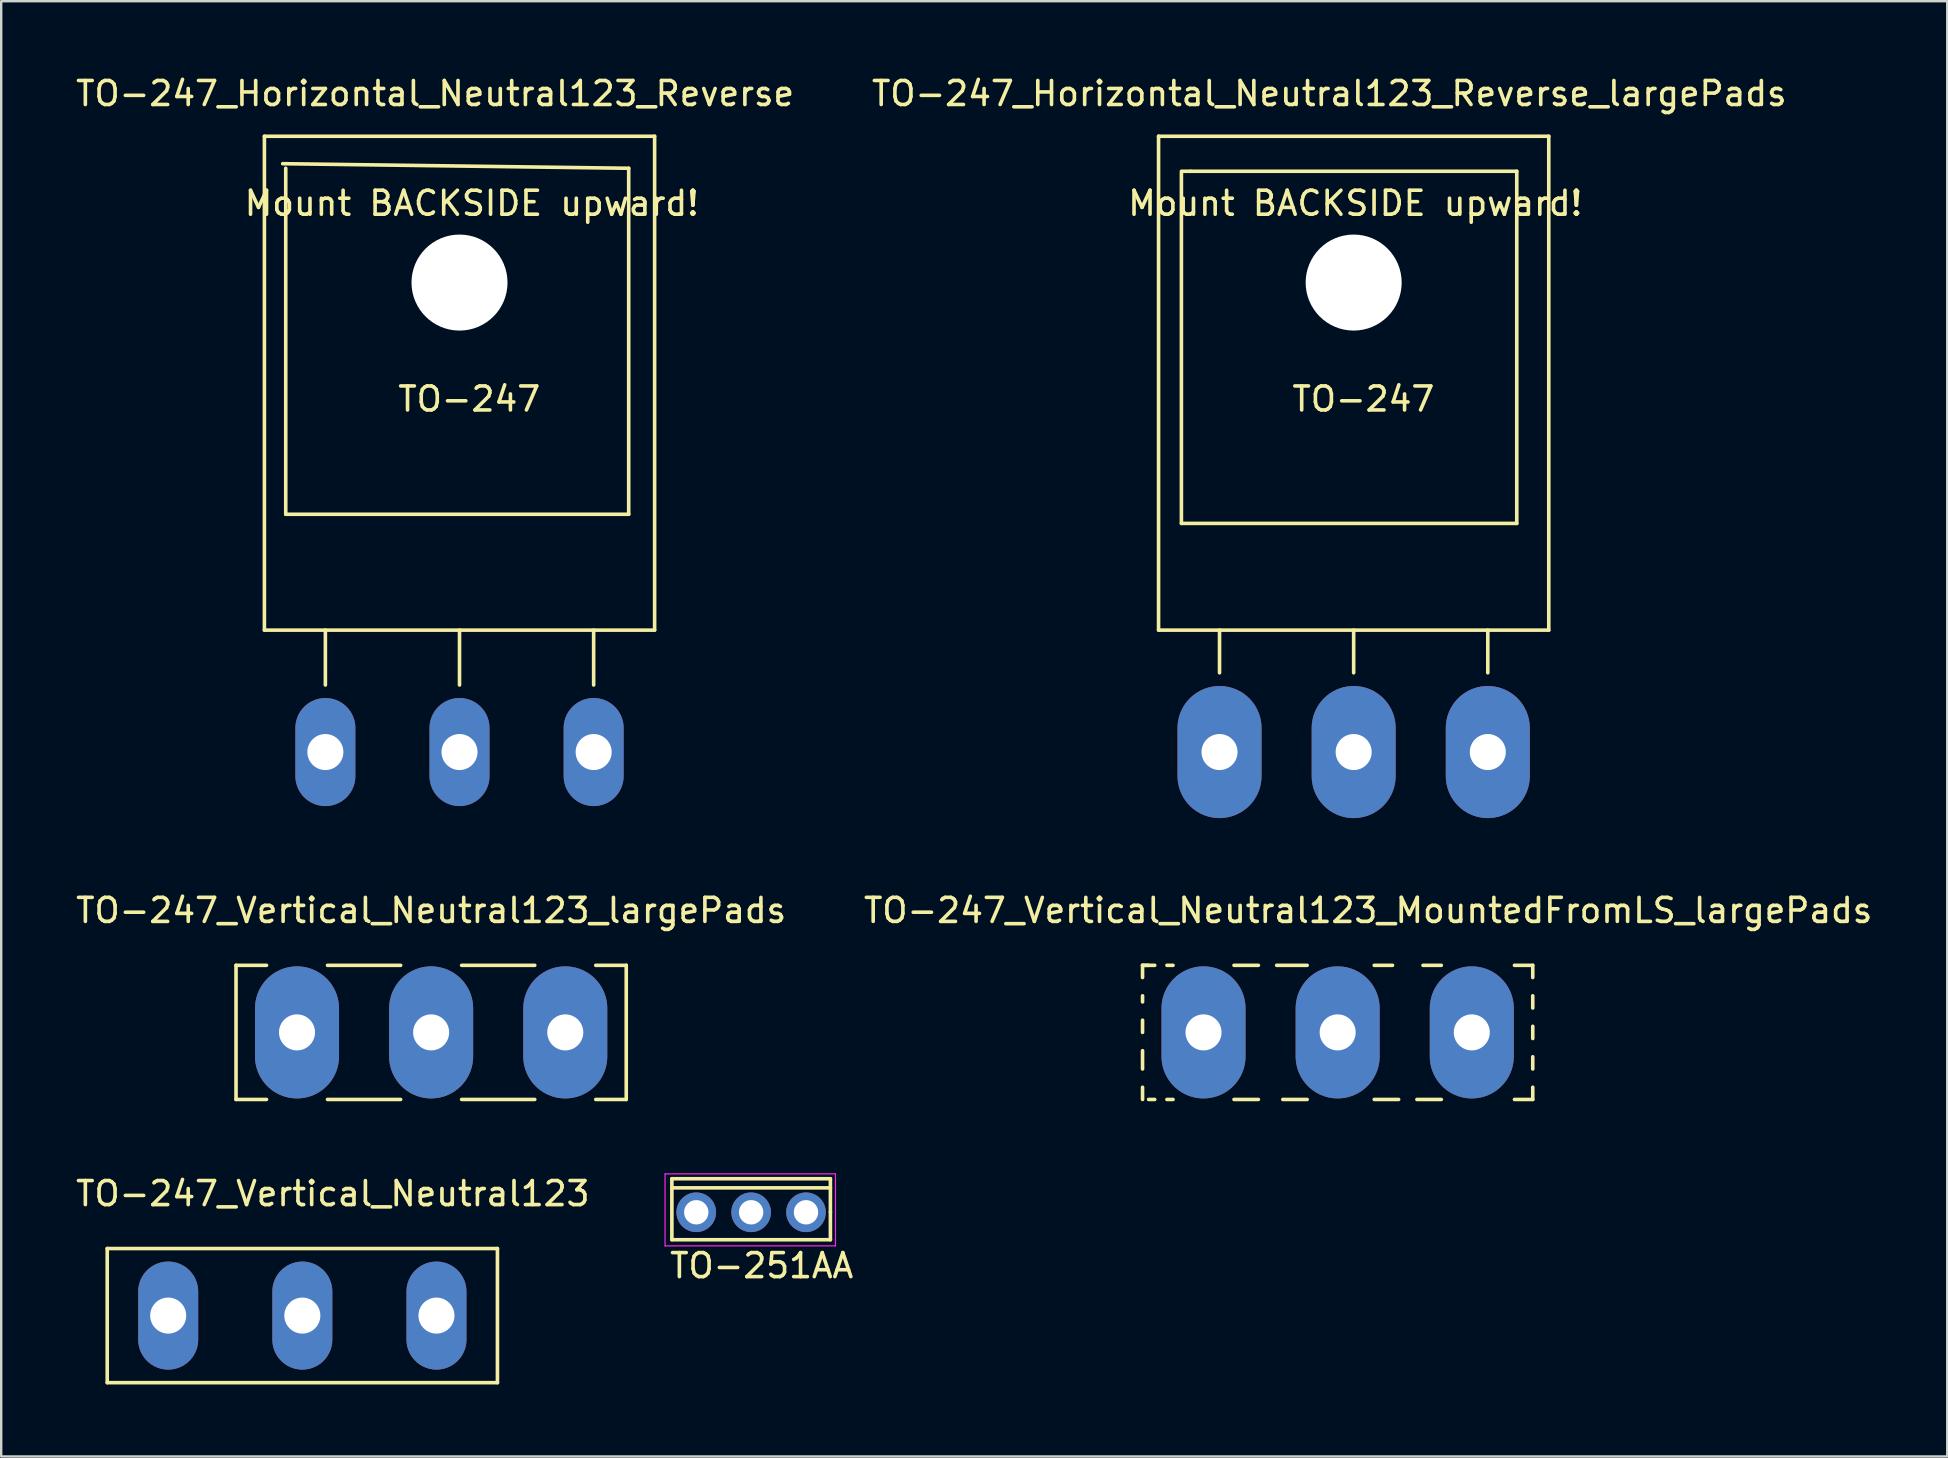
<source format=kicad_pcb>
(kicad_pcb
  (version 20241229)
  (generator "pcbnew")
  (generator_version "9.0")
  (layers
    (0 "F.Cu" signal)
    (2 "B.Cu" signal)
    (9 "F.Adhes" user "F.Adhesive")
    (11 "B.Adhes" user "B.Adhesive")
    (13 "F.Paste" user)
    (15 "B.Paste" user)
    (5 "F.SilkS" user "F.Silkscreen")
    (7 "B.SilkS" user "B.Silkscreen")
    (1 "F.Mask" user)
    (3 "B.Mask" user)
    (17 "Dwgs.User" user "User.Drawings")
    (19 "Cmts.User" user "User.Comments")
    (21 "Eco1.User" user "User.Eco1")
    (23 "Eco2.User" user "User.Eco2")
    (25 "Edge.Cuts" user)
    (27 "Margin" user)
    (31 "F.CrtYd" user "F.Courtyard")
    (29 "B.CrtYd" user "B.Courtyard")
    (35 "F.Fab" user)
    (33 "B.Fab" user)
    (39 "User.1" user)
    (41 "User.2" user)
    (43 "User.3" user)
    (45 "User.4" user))
  (footprint "TO-247_Vertical_Neutral123_MountedFromLS_largePads"
    (layer "F.Cu")
    (at 52.676 39.959)
    (property "Reference" "TO-247_Vertical_Neutral123_MountedFromLS_largePads" (at 1.27 -5.08 0) (layer "F.SilkS") (effects (font (size 1 1) (thickness 0.15))))
    (attr through_hole)
    (fp_line (start -8.128 -2.794) (end -8.128 -2.286) (stroke (width 0.15) (type solid)) (layer "F.SilkS"))
    (fp_line (start -8.128 -2.794) (end -7.874 -2.794) (stroke (width 0.15) (type solid)) (layer "F.SilkS"))
    (fp_line (start -8.128 -1.27) (end -8.128 -1.524) (stroke (width 0.15) (type solid)) (layer "F.SilkS"))
    (fp_line (start -8.128 0) (end -8.128 -0.508) (stroke (width 0.15) (type solid)) (layer "F.SilkS"))
    (fp_line (start -8.128 1.524) (end -8.128 0.762) (stroke (width 0.15) (type solid)) (layer "F.SilkS"))
    (fp_line (start -8.128 2.794) (end -8.128 2.286) (stroke (width 0.15) (type solid)) (layer "F.SilkS"))
    (fp_line (start -7.874 2.794) (end -7.62 2.794) (stroke (width 0.15) (type solid)) (layer "F.SilkS"))
    (fp_line (start -7.62 -2.794) (end -8.128 -2.794) (stroke (width 0.15) (type solid)) (layer "F.SilkS"))
    (fp_line (start -7.112 2.794) (end -6.858 2.794) (stroke (width 0.15) (type solid)) (layer "F.SilkS"))
    (fp_line (start -6.858 -2.794) (end -7.112 -2.794) (stroke (width 0.15) (type solid)) (layer "F.SilkS"))
    (fp_line (start -4.318 -2.794) (end -3.302 -2.794) (stroke (width 0.15) (type solid)) (layer "F.SilkS"))
    (fp_line (start -4.318 2.794) (end -3.302 2.794) (stroke (width 0.15) (type solid)) (layer "F.SilkS"))
    (fp_line (start -2.54 -2.794) (end -1.27 -2.794) (stroke (width 0.15) (type solid)) (layer "F.SilkS"))
    (fp_line (start -2.286 2.794) (end -1.27 2.794) (stroke (width 0.15) (type solid)) (layer "F.SilkS"))
    (fp_line (start 1.524 -2.794) (end 2.286 -2.794) (stroke (width 0.15) (type solid)) (layer "F.SilkS"))
    (fp_line (start 2.54 2.794) (end 1.524 2.794) (stroke (width 0.15) (type solid)) (layer "F.SilkS"))
    (fp_line (start 3.302 2.794) (end 4.318 2.794) (stroke (width 0.15) (type solid)) (layer "F.SilkS"))
    (fp_line (start 3.556 -2.794) (end 4.318 -2.794) (stroke (width 0.15) (type solid)) (layer "F.SilkS"))
    (fp_line (start 7.366 2.794) (end 8.128 2.794) (stroke (width 0.15) (type solid)) (layer "F.SilkS"))
    (fp_line (start 8.128 -2.794) (end 7.366 -2.794) (stroke (width 0.15) (type solid)) (layer "F.SilkS"))
    (fp_line (start 8.128 -2.794) (end 8.128 -2.286) (stroke (width 0.15) (type solid)) (layer "F.SilkS"))
    (fp_line (start 8.128 -1.524) (end 8.128 -1.016) (stroke (width 0.15) (type solid)) (layer "F.SilkS"))
    (fp_line (start 8.128 -0.254) (end 8.128 0.254) (stroke (width 0.15) (type solid)) (layer "F.SilkS"))
    (fp_line (start 8.128 1.016) (end 8.128 1.524) (stroke (width 0.15) (type solid)) (layer "F.SilkS"))
    (fp_line (start 8.128 2.794) (end 8.128 2.286) (stroke (width 0.15) (type solid)) (layer "F.SilkS"))
    (pad "1" thru_hole oval (at 5.588 0 90) (size 5.502 3.5) (drill 1.501) (layers "*.Cu" "*.Mask"))
    (pad "2" thru_hole oval (at 0 0 90) (size 5.502 3.5) (drill 1.501) (layers "*.Cu" "*.Mask"))
    (pad "3" thru_hole oval (at -5.588 0 90) (size 5.502 3.5) (drill 1.501) (layers "*.Cu" "*.Mask")))
  (footprint "TO-247_Horizontal_Neutral123_Reverse"
    (layer "F.Cu")
    (at 16.093 28.28)
    (property "Reference" "TO-247_Horizontal_Neutral123_Reverse" (at -1.016 -27.432 0) (layer "F.SilkS") (effects (font (size 1 1) (thickness 0.15))))
    (attr through_hole)
    (fp_line (start -8.128 -25.654) (end -8.128 -5.08) (stroke (width 0.15) (type solid)) (layer "F.SilkS"))
    (fp_line (start -8.128 -5.08) (end 8.128 -5.08) (stroke (width 0.15) (type solid)) (layer "F.SilkS"))
    (fp_line (start -7.366 -24.511) (end 7.048 -24.32) (stroke (width 0.15) (type solid)) (layer "F.SilkS"))
    (fp_line (start -7.239 -9.906) (end -7.239 -24.32) (stroke (width 0.15) (type solid)) (layer "F.SilkS"))
    (fp_line (start -5.588 -2.794) (end -5.588 -5.08) (stroke (width 0.15) (type solid)) (layer "F.SilkS"))
    (fp_line (start 0 -2.794) (end 0 -5.08) (stroke (width 0.15) (type solid)) (layer "F.SilkS"))
    (fp_line (start 5.588 -2.794) (end 5.588 -5.08) (stroke (width 0.15) (type solid)) (layer "F.SilkS"))
    (fp_line (start 7.048 -24.32) (end 7.048 -9.906) (stroke (width 0.15) (type solid)) (layer "F.SilkS"))
    (fp_line (start 7.048 -9.906) (end -7.239 -9.906) (stroke (width 0.15) (type solid)) (layer "F.SilkS"))
    (fp_line (start 8.128 -25.654) (end -8.128 -25.654) (stroke (width 0.15) (type solid)) (layer "F.SilkS"))
    (fp_line (start 8.128 -25.654) (end 8.128 -5.08) (stroke (width 0.15) (type solid)) (layer "F.SilkS"))
    (fp_circle (center 0 -19.558) (end 1.778 -19.558) (stroke (width 0.15) (type solid)) (fill no) (layer "F.SilkS"))
    (fp_text user "Mount BACKSIDE upward!" (at 0.508 -22.86 0) (layer "F.SilkS") (effects (font (size 1 1) (thickness 0.15))))
    (fp_text user "TO-247" (at 0.406 -14.707 0) (layer "F.SilkS") (effects (font (size 1 1) (thickness 0.15))))
    (pad "" np_thru_hole circle (at 0 -19.558) (size 4 4) (drill 4) (layers "*.Cu" "*.Mask"))
    (pad "1" thru_hole oval (at 5.588 0 90) (size 4.501 2.499) (drill 1.501) (layers "*.Cu" "*.Mask"))
    (pad "2" thru_hole oval (at 0 0 90) (size 4.501 2.499) (drill 1.501) (layers "*.Cu" "*.Mask"))
    (pad "3" thru_hole oval (at -5.588 0 90) (size 4.501 2.499) (drill 1.501) (layers "*.Cu" "*.Mask")))
  (footprint "TO-247_Vertical_Neutral123"
    (layer "F.Cu")
    (at 9.545 51.757)
    (property "Reference" "TO-247_Vertical_Neutral123" (at 1.27 -5.08 0) (layer "F.SilkS") (effects (font (size 1 1) (thickness 0.15))))
    (attr through_hole)
    (fp_line (start -8.128 -2.794) (end -8.128 2.794) (stroke (width 0.15) (type solid)) (layer "F.SilkS"))
    (fp_line (start -8.128 2.794) (end 8.128 2.794) (stroke (width 0.15) (type solid)) (layer "F.SilkS"))
    (fp_line (start 8.128 -2.794) (end -8.128 -2.794) (stroke (width 0.15) (type solid)) (layer "F.SilkS"))
    (fp_line (start 8.128 2.794) (end 8.128 -2.794) (stroke (width 0.15) (type solid)) (layer "F.SilkS"))
    (pad "1" thru_hole oval (at -5.588 0 90) (size 4.501 2.499) (drill 1.501) (layers "*.Cu" "*.Mask"))
    (pad "2" thru_hole oval (at 0 0 90) (size 4.501 2.499) (drill 1.501) (layers "*.Cu" "*.Mask"))
    (pad "3" thru_hole oval (at 5.588 0 90) (size 4.501 2.499) (drill 1.501) (layers "*.Cu" "*.Mask")))
  (footprint "TO-251AA"
    (layer "F.Cu")
    (at 25.956 47.453)
    (property "Reference" "TO-251AA" (at 2.725 2.225 180) (layer "F.SilkS") (effects (font (size 1 1) (thickness 0.15))))
    (attr through_hole)
    (fp_line (start -1.016 -1.397) (end -1.016 1.143) (stroke (width 0.15) (type solid)) (layer "F.SilkS"))
    (fp_line (start -1.016 1.143) (end 5.588 1.143) (stroke (width 0.15) (type solid)) (layer "F.SilkS"))
    (fp_line (start 5.588 -1.397) (end -1.016 -1.397) (stroke (width 0.15) (type solid)) (layer "F.SilkS"))
    (fp_line (start 5.588 -1.016) (end -1.016 -1.016) (stroke (width 0.15) (type solid)) (layer "F.SilkS"))
    (fp_line (start 5.588 0) (end 5.588 -1.397) (stroke (width 0.15) (type solid)) (layer "F.SilkS"))
    (fp_line (start 5.588 1.143) (end 5.588 0) (stroke (width 0.15) (type solid)) (layer "F.SilkS"))
    (fp_line (start -1.3 -1.6) (end -1.3 1.4) (stroke (width 0.05) (type solid)) (layer "F.CrtYd"))
    (fp_line (start -1.3 -1.6) (end 5.8 -1.6) (stroke (width 0.05) (type solid)) (layer "F.CrtYd"))
    (fp_line (start -1.3 1.4) (end 5.8 1.4) (stroke (width 0.05) (type solid)) (layer "F.CrtYd"))
    (fp_line (start 5.8 -1.6) (end 5.8 1.4) (stroke (width 0.05) (type solid)) (layer "F.CrtYd"))
    (pad "1" thru_hole circle (at 0 0 180) (size 1.651 1.651) (drill 1.016) (layers "*.Cu" "*.Mask"))
    (pad "2" thru_hole circle (at 2.286 0 180) (size 1.651 1.651) (drill 1.016) (layers "*.Cu" "*.Mask"))
    (pad "3" thru_hole circle (at 4.572 0 180) (size 1.651 1.651) (drill 1.016) (layers "*.Cu" "*.Mask")))
  (footprint "TO-247_Horizontal_Neutral123_Reverse_largePads"
    (layer "F.Cu")
    (at 53.343 28.28)
    (property "Reference" "TO-247_Horizontal_Neutral123_Reverse_largePads" (at -1.016 -27.432 0) (layer "F.SilkS") (effects (font (size 1 1) (thickness 0.15))))
    (attr through_hole)
    (fp_line (start -8.128 -25.654) (end -8.128 -5.08) (stroke (width 0.15) (type solid)) (layer "F.SilkS"))
    (fp_line (start -8.128 -5.08) (end 8.128 -5.08) (stroke (width 0.15) (type solid)) (layer "F.SilkS"))
    (fp_line (start -7.176 -9.525) (end -7.176 -24.13) (stroke (width 0.15) (type solid)) (layer "F.SilkS"))
    (fp_line (start -6.795 -24.194) (end -7.176 -24.194) (stroke (width 0.15) (type solid)) (layer "F.SilkS"))
    (fp_line (start -6.795 -24.194) (end 6.795 -24.194) (stroke (width 0.15) (type solid)) (layer "F.SilkS"))
    (fp_line (start -5.588 -3.302) (end -5.588 -5.08) (stroke (width 0.15) (type solid)) (layer "F.SilkS"))
    (fp_line (start 0 -5.08) (end 0 -3.302) (stroke (width 0.15) (type solid)) (layer "F.SilkS"))
    (fp_line (start 5.588 -5.08) (end 5.588 -3.302) (stroke (width 0.15) (type solid)) (layer "F.SilkS"))
    (fp_line (start 6.795 -24.194) (end 6.795 -9.525) (stroke (width 0.15) (type solid)) (layer "F.SilkS"))
    (fp_line (start 6.795 -9.525) (end -7.176 -9.525) (stroke (width 0.15) (type solid)) (layer "F.SilkS"))
    (fp_line (start 8.128 -25.654) (end -8.128 -25.654) (stroke (width 0.15) (type solid)) (layer "F.SilkS"))
    (fp_line (start 8.128 -25.654) (end 8.128 -5.08) (stroke (width 0.15) (type solid)) (layer "F.SilkS"))
    (fp_circle (center 0 -19.558) (end 1.778 -19.558) (stroke (width 0.15) (type solid)) (fill no) (layer "F.SilkS"))
    (fp_text user "Mount BACKSIDE upward!" (at 0.064 -22.86 0) (layer "F.SilkS") (effects (font (size 1 1) (thickness 0.15))))
    (fp_text user "TO-247" (at 0.406 -14.707 0) (layer "F.SilkS") (effects (font (size 1 1) (thickness 0.15))))
    (pad "" np_thru_hole circle (at 0 -19.558) (size 4 4) (drill 4) (layers "*.Cu" "*.Mask"))
    (pad "1" thru_hole oval (at 5.588 0 90) (size 5.502 3.5) (drill 1.501) (layers "*.Cu" "*.Mask"))
    (pad "2" thru_hole oval (at 0 0 90) (size 5.502 3.498) (drill 1.501) (layers "*.Cu" "*.Mask"))
    (pad "3" thru_hole oval (at -5.588 0 90) (size 5.502 3.5) (drill 1.501) (layers "*.Cu" "*.Mask")))
  (footprint "TO-247_Vertical_Neutral123_largePads"
    (layer "F.Cu")
    (at 14.911 39.959)
    (property "Reference" "TO-247_Vertical_Neutral123_largePads" (at 0 -5.08 0) (layer "F.SilkS") (effects (font (size 1 1) (thickness 0.15))))
    (attr through_hole)
    (fp_line (start -8.128 -2.794) (end -8.128 2.794) (stroke (width 0.15) (type solid)) (layer "F.SilkS"))
    (fp_line (start -6.858 -2.794) (end -8.128 -2.794) (stroke (width 0.15) (type solid)) (layer "F.SilkS"))
    (fp_line (start -6.858 2.794) (end -8.128 2.794) (stroke (width 0.15) (type solid)) (layer "F.SilkS"))
    (fp_line (start -4.318 -2.794) (end -1.27 -2.794) (stroke (width 0.15) (type solid)) (layer "F.SilkS"))
    (fp_line (start -4.318 2.794) (end -1.27 2.794) (stroke (width 0.15) (type solid)) (layer "F.SilkS"))
    (fp_line (start 1.27 -2.794) (end 4.318 -2.794) (stroke (width 0.15) (type solid)) (layer "F.SilkS"))
    (fp_line (start 1.27 2.794) (end 4.318 2.794) (stroke (width 0.15) (type solid)) (layer "F.SilkS"))
    (fp_line (start 6.858 -2.794) (end 8.128 -2.794) (stroke (width 0.15) (type solid)) (layer "F.SilkS"))
    (fp_line (start 6.858 2.794) (end 8.128 2.794) (stroke (width 0.15) (type solid)) (layer "F.SilkS"))
    (fp_line (start 8.128 2.794) (end 8.128 -2.794) (stroke (width 0.15) (type solid)) (layer "F.SilkS"))
    (pad "1" thru_hole oval (at -5.588 0 90) (size 5.502 3.5) (drill 1.501) (layers "*.Cu" "*.Mask"))
    (pad "2" thru_hole oval (at 0 0 90) (size 5.502 3.5) (drill 1.501) (layers "*.Cu" "*.Mask"))
    (pad "3" thru_hole oval (at 5.588 0 90) (size 5.502 3.5) (drill 1.501) (layers "*.Cu" "*.Mask")))
  (gr_rect
    (start -3 -3)
    (end 78.071 57.626)
    (stroke (width 0.1) (type default))
    (fill no)
    (layer "Edge.Cuts")))
</source>
